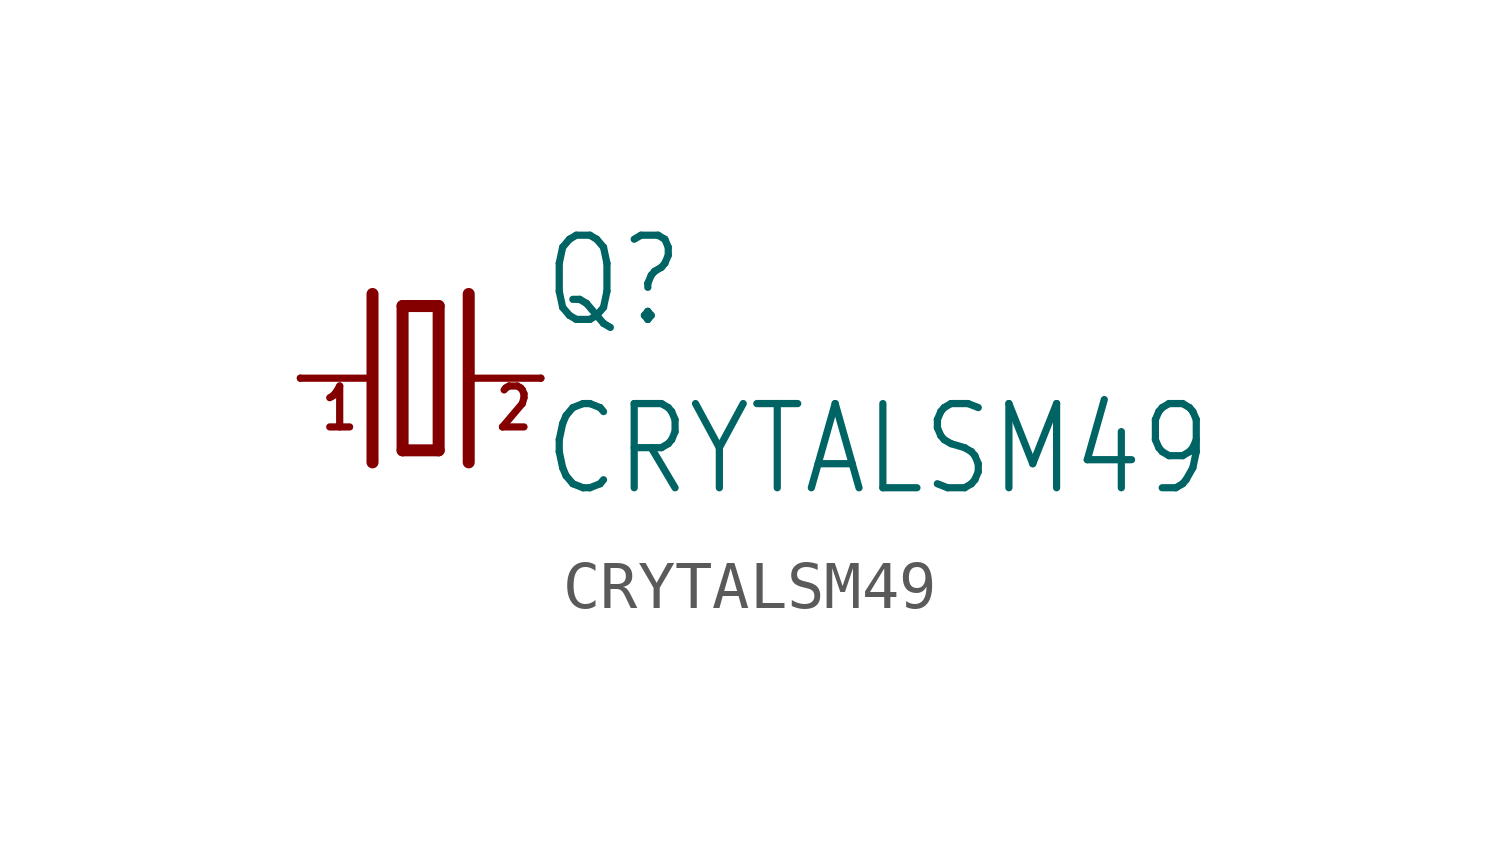
<source format=kicad_sym>
(kicad_symbol_lib
  (version 20211014)
  (generator kicad_symbol_editor)
  (symbol "CRYTALSM49"
    (property "Reference" "Q"
      (at 2.54 1.016 0)
      (effects (font (size 1.778 1.511)) (justify left bottom)))
    (property "Value" "CRYTALSM49"
      (at 2.54 -2.54 0)
      (effects (font (size 1.778 1.511)) (justify left bottom)))
    (property "ki_locked" ""
      (at 0 0 0)
      (effects (font (size 1.27 1.27))))
    (symbol "CRYTALSM49_1_0"
      (polyline (pts (xy -2.54 0) (xy -1.016 0)) (stroke (width 0.152) (type default) (color 0 0 0 0)) (fill (type none)))
      (polyline (pts (xy -1.016 1.778) (xy -1.016 -1.778)) (stroke (width 0.254) (type default) (color 0 0 0 0)) (fill (type none)))
      (polyline (pts (xy -0.381 -1.524) (xy 0.381 -1.524)) (stroke (width 0.254) (type default) (color 0 0 0 0)) (fill (type none)))
      (polyline (pts (xy -0.381 1.524) (xy -0.381 -1.524)) (stroke (width 0.254) (type default) (color 0 0 0 0)) (fill (type none)))
      (polyline (pts (xy 0.381 -1.524) (xy 0.381 1.524)) (stroke (width 0.254) (type default) (color 0 0 0 0)) (fill (type none)))
      (polyline (pts (xy 0.381 1.524) (xy -0.381 1.524)) (stroke (width 0.254) (type default) (color 0 0 0 0)) (fill (type none)))
      (polyline (pts (xy 1.016 0) (xy 2.54 0)) (stroke (width 0.152) (type default) (color 0 0 0 0)) (fill (type none)))
      (polyline (pts (xy 1.016 1.778) (xy 1.016 -1.778)) (stroke (width 0.254) (type default) (color 0 0 0 0)) (fill (type none)))
      (text "1" (at -2.159 -1.143 0) (effects (font (size 0.864 0.734)) (justify left bottom)))
      (text "2" (at 1.524 -1.143 0) (effects (font (size 0.864 0.734)) (justify left bottom)))
      (pin passive line (at -2.54 0 0) (length 0) (name "1" (effects (font (size 0 0)))) (number "1" (effects (font (size 0 0)))))
      (pin passive line (at 2.54 0 180) (length 0) (name "2" (effects (font (size 0 0)))) (number "2" (effects (font (size 0 0))))))))
</source>
